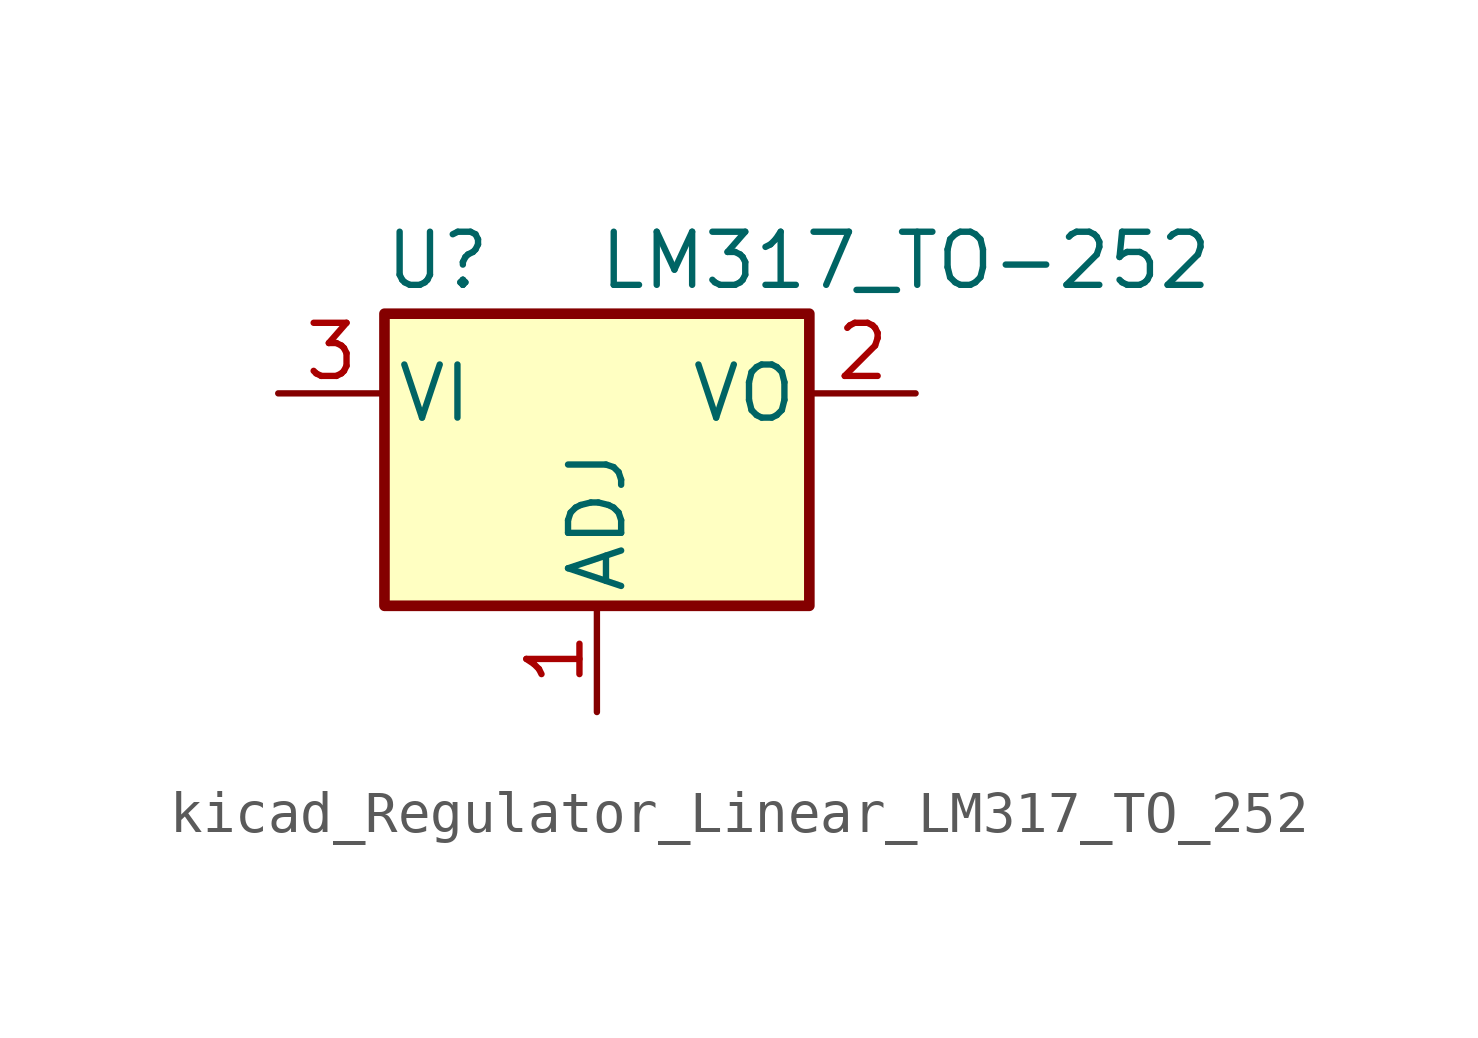
<source format=kicad_sym>
(kicad_symbol_lib
  (version 20220914)
  (generator kicad_symbol_editor)
  (symbol "kicad_Regulator_Linear_LM317_TO_252"
    (pin_names
      (offset 0.254))
    (property "Reference" "U"
      (at -3.81 3.175 0)
      (effects (font (size 1.27 1.27))))
    (property "Value" "LM317_TO-252"
      (at 0 3.175 0)
      (effects (font (size 1.27 1.27)) (justify left)))
    (symbol "kicad_Regulator_Linear_LM317_TO_252_0_1"
      (rectangle (start -5.08 1.905) (end 5.08 -5.08) (stroke (width 0.254) (type default)) (fill (type background))))
    (symbol "kicad_Regulator_Linear_LM317_TO_252_1_1"
      (pin input line (at 0 -7.62 90) (length 2.54) (name "ADJ" (effects (font (size 1.27 1.27)))) (number "1" (effects (font (size 1.27 1.27)))))
      (pin power_out line (at 7.62 0 180) (length 2.54) (name "VO" (effects (font (size 1.27 1.27)))) (number "2" (effects (font (size 1.27 1.27)))))
      (pin power_in line (at -7.62 0 0) (length 2.54) (name "VI" (effects (font (size 1.27 1.27)))) (number "3" (effects (font (size 1.27 1.27))))))))
</source>
